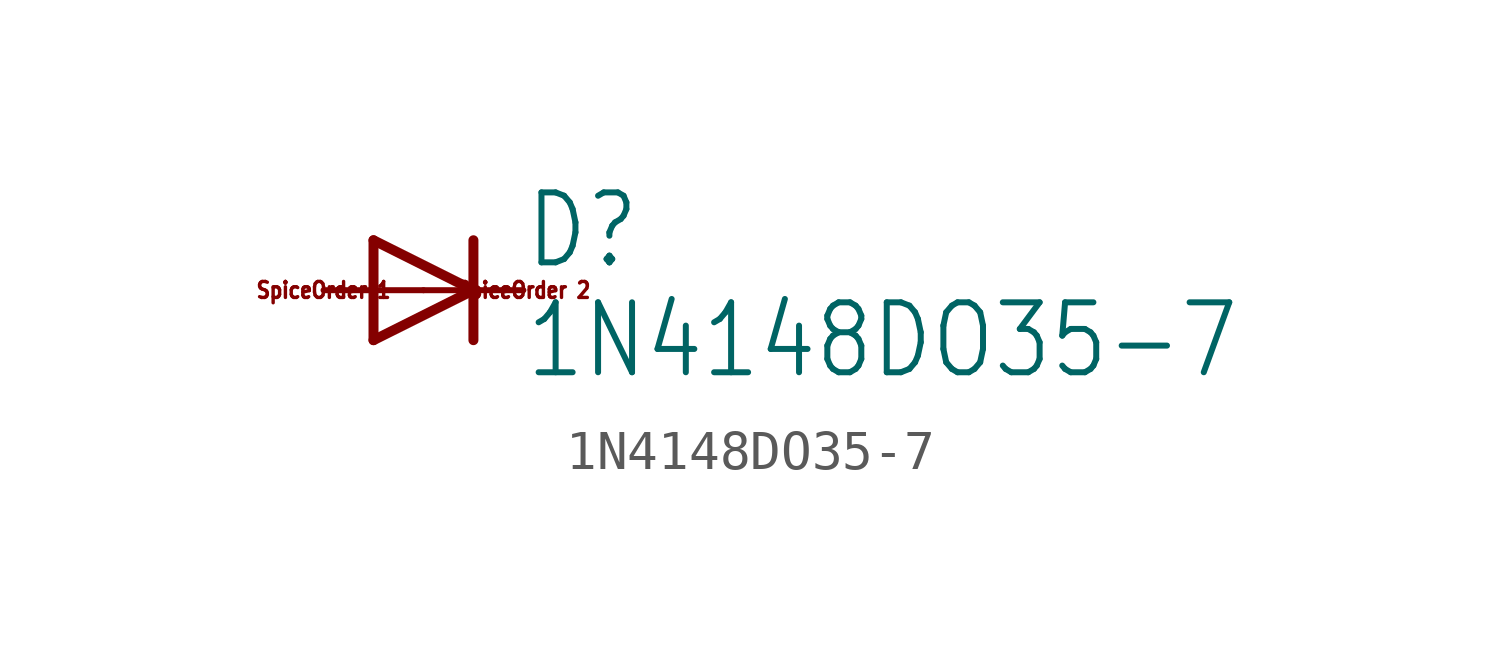
<source format=kicad_sym>
(kicad_symbol_lib
  (version 20211014)
  (generator kicad_symbol_editor)
  (symbol "1N4148DO35-7"
    (property "Reference" "D"
      (at 2.54 0.483 0)
      (effects (font (size 1.778 1.511)) (justify left bottom)))
    (property "Value" "1N4148DO35-7"
      (at 2.54 -2.311 0)
      (effects (font (size 1.778 1.511)) (justify left bottom)))
    (property "ki_locked" ""
      (at 0 0 0)
      (effects (font (size 1.27 1.27))))
    (symbol "1N4148DO35-7_1_0"
      (polyline (pts (xy -1.27 -1.27) (xy 1.27 0)) (stroke (width 0.254) (type default) (color 0 0 0 0)) (fill (type none)))
      (polyline (pts (xy -1.27 1.27) (xy -1.27 -1.27)) (stroke (width 0.254) (type default) (color 0 0 0 0)) (fill (type none)))
      (polyline (pts (xy 1.27 0) (xy -1.27 1.27)) (stroke (width 0.254) (type default) (color 0 0 0 0)) (fill (type none)))
      (polyline (pts (xy 1.27 0) (xy 1.27 -1.27)) (stroke (width 0.254) (type default) (color 0 0 0 0)) (fill (type none)))
      (polyline (pts (xy 1.27 1.27) (xy 1.27 0)) (stroke (width 0.254) (type default) (color 0 0 0 0)) (fill (type none)))
      (text "SpiceOrder 1" (at -2.54 0 0) (effects (font (size 0.406 0.345))))
      (text "SpiceOrder 2" (at 2.54 0 0) (effects (font (size 0.406 0.345))))
      (pin passive line (at -2.54 0 0) (length 2.54) (name "A" (effects (font (size 0 0)))) (number "A" (effects (font (size 0 0)))))
      (pin passive line (at 2.54 0 180) (length 2.54) (name "C" (effects (font (size 0 0)))) (number "C" (effects (font (size 0 0))))))))
</source>
